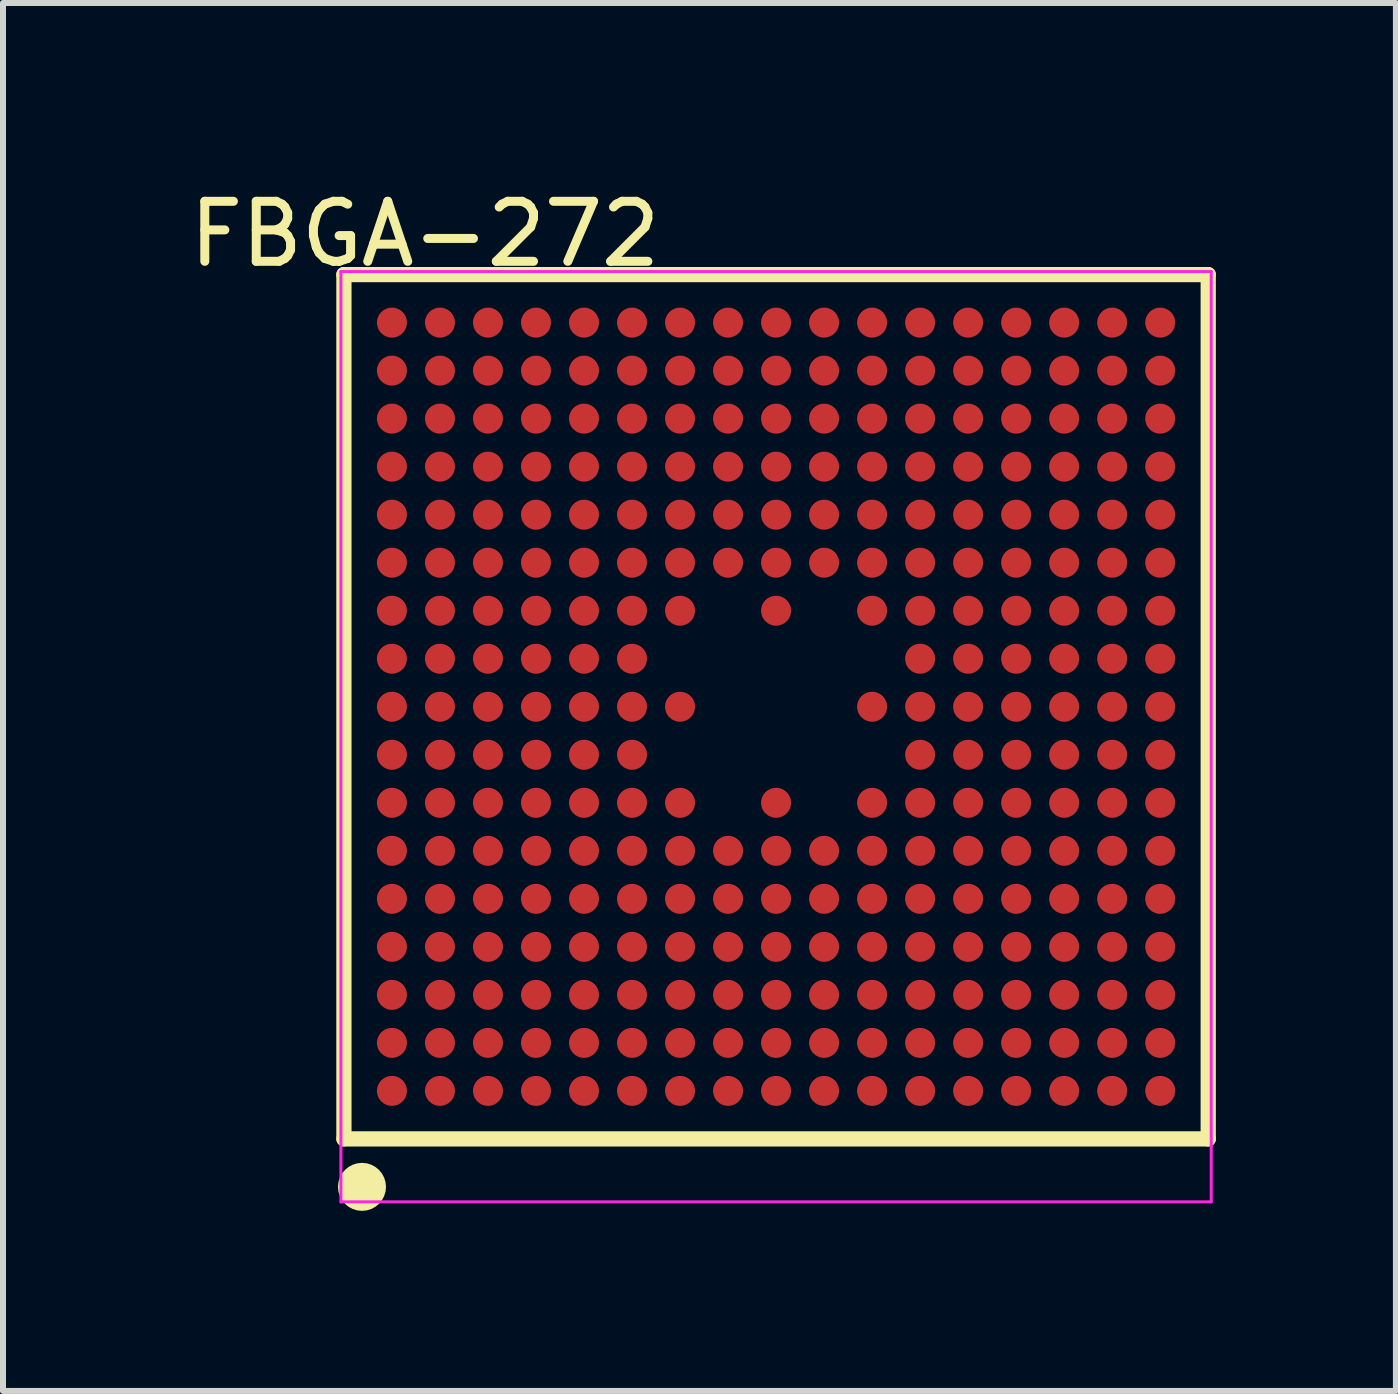
<source format=kicad_pcb>
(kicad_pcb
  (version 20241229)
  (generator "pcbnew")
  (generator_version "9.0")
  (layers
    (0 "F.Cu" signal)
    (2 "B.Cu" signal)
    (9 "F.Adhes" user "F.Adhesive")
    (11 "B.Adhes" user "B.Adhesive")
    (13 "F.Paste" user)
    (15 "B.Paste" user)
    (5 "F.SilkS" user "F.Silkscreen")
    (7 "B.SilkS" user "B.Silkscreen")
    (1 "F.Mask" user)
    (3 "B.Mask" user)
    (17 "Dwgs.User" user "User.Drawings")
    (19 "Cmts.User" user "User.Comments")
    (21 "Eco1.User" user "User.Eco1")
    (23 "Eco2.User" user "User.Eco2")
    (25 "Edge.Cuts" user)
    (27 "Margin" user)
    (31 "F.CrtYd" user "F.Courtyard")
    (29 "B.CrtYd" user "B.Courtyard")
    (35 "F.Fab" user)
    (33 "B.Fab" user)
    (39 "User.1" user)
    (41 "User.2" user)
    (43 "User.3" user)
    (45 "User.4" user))
  (footprint "FBGA-272"
    (layer "F.Cu")
    (at 9.88 8.725)
    (property "Reference" "FBGA-272" (at -5.851 -7.876 0) (layer "F.SilkS") (effects (font (size 1 1) (thickness 0.15))))
    (attr through_hole)
    (fp_line (start -7.2 -7.2) (end 7.2 -7.2) (stroke (width 0.254) (type solid)) (layer "F.SilkS"))
    (fp_line (start -7.2 7.199) (end -7.2 -7.2) (stroke (width 0.254) (type solid)) (layer "F.SilkS"))
    (fp_line (start -7.199 7.2) (end 7.2 7.2) (stroke (width 0.254) (type solid)) (layer "F.SilkS"))
    (fp_line (start 7.2 7.2) (end 7.2 -7.2) (stroke (width 0.254) (type solid)) (layer "F.SilkS"))
    (fp_circle (center -6.899 7.999) (end -6.699 7.999) (stroke (width 0.4) (type solid)) (fill no) (layer "F.SilkS"))
    (fp_line (start -7.25 -7.25) (end 7.25 -7.25) (stroke (width 0.05) (type solid)) (layer "F.CrtYd"))
    (fp_line (start -7.25 8.249) (end -7.25 -7.25) (stroke (width 0.05) (type solid)) (layer "F.CrtYd"))
    (fp_line (start 7.25 -7.25) (end 7.25 8.249) (stroke (width 0.05) (type solid)) (layer "F.CrtYd"))
    (fp_line (start 7.25 8.249) (end -7.25 8.249) (stroke (width 0.05) (type solid)) (layer "F.CrtYd"))
    (pad "A1" smd oval (at -6.4 6.4 90) (size 0.5 0.5) (layers "F.Cu" "F.Mask" "F.Paste"))
    (pad "A2" smd oval (at -6.4 5.6 90) (size 0.5 0.5) (layers "F.Cu" "F.Mask" "F.Paste"))
    (pad "A3" smd oval (at -6.4 4.8 90) (size 0.5 0.5) (layers "F.Cu" "F.Mask" "F.Paste"))
    (pad "A4" smd oval (at -6.4 4 90) (size 0.5 0.5) (layers "F.Cu" "F.Mask" "F.Paste"))
    (pad "A5" smd oval (at -6.4 3.2 90) (size 0.5 0.5) (layers "F.Cu" "F.Mask" "F.Paste"))
    (pad "A6" smd oval (at -6.4 2.4 90) (size 0.5 0.5) (layers "F.Cu" "F.Mask" "F.Paste"))
    (pad "A7" smd oval (at -6.4 1.6 90) (size 0.5 0.5) (layers "F.Cu" "F.Mask" "F.Paste"))
    (pad "A8" smd oval (at -6.4 0.8 90) (size 0.5 0.5) (layers "F.Cu" "F.Mask" "F.Paste"))
    (pad "A9" smd oval (at -6.4 0 90) (size 0.5 0.5) (layers "F.Cu" "F.Mask" "F.Paste"))
    (pad "A10" smd oval (at -6.4 -0.8 90) (size 0.5 0.5) (layers "F.Cu" "F.Mask" "F.Paste"))
    (pad "A11" smd oval (at -6.4 -1.6 90) (size 0.5 0.5) (layers "F.Cu" "F.Mask" "F.Paste"))
    (pad "A12" smd oval (at -6.4 -2.4 90) (size 0.5 0.5) (layers "F.Cu" "F.Mask" "F.Paste"))
    (pad "A13" smd oval (at -6.4 -3.2 90) (size 0.5 0.5) (layers "F.Cu" "F.Mask" "F.Paste"))
    (pad "A14" smd oval (at -6.4 -4 90) (size 0.5 0.5) (layers "F.Cu" "F.Mask" "F.Paste"))
    (pad "A15" smd oval (at -6.4 -4.8 90) (size 0.5 0.5) (layers "F.Cu" "F.Mask" "F.Paste"))
    (pad "A16" smd oval (at -6.4 -5.6 90) (size 0.5 0.5) (layers "F.Cu" "F.Mask" "F.Paste"))
    (pad "A17" smd oval (at -6.4 -6.4 90) (size 0.5 0.5) (layers "F.Cu" "F.Mask" "F.Paste"))
    (pad "B1" smd oval (at -5.6 6.4 90) (size 0.5 0.5) (layers "F.Cu" "F.Mask" "F.Paste"))
    (pad "B2" smd oval (at -5.6 5.6 90) (size 0.5 0.5) (layers "F.Cu" "F.Mask" "F.Paste"))
    (pad "B3" smd oval (at -5.6 4.8 90) (size 0.5 0.5) (layers "F.Cu" "F.Mask" "F.Paste"))
    (pad "B4" smd oval (at -5.6 4 90) (size 0.5 0.5) (layers "F.Cu" "F.Mask" "F.Paste"))
    (pad "B5" smd oval (at -5.6 3.2 90) (size 0.5 0.5) (layers "F.Cu" "F.Mask" "F.Paste"))
    (pad "B6" smd oval (at -5.6 2.4 90) (size 0.5 0.5) (layers "F.Cu" "F.Mask" "F.Paste"))
    (pad "B7" smd oval (at -5.6 1.6 90) (size 0.5 0.5) (layers "F.Cu" "F.Mask" "F.Paste"))
    (pad "B8" smd oval (at -5.6 0.8 90) (size 0.5 0.5) (layers "F.Cu" "F.Mask" "F.Paste"))
    (pad "B9" smd oval (at -5.6 0 90) (size 0.5 0.5) (layers "F.Cu" "F.Mask" "F.Paste"))
    (pad "B10" smd oval (at -5.6 -0.8 90) (size 0.5 0.5) (layers "F.Cu" "F.Mask" "F.Paste"))
    (pad "B11" smd oval (at -5.6 -1.6 90) (size 0.5 0.5) (layers "F.Cu" "F.Mask" "F.Paste"))
    (pad "B12" smd oval (at -5.6 -2.4 90) (size 0.5 0.5) (layers "F.Cu" "F.Mask" "F.Paste"))
    (pad "B13" smd oval (at -5.6 -3.2 90) (size 0.5 0.5) (layers "F.Cu" "F.Mask" "F.Paste"))
    (pad "B14" smd oval (at -5.6 -4 90) (size 0.5 0.5) (layers "F.Cu" "F.Mask" "F.Paste"))
    (pad "B15" smd oval (at -5.6 -4.8 90) (size 0.5 0.5) (layers "F.Cu" "F.Mask" "F.Paste"))
    (pad "B16" smd oval (at -5.6 -5.6 90) (size 0.5 0.5) (layers "F.Cu" "F.Mask" "F.Paste"))
    (pad "B17" smd oval (at -5.6 -6.4 90) (size 0.5 0.5) (layers "F.Cu" "F.Mask" "F.Paste"))
    (pad "C1" smd oval (at -4.8 6.4 90) (size 0.5 0.5) (layers "F.Cu" "F.Mask" "F.Paste"))
    (pad "C2" smd oval (at -4.8 5.6 90) (size 0.5 0.5) (layers "F.Cu" "F.Mask" "F.Paste"))
    (pad "C3" smd oval (at -4.8 4.8 90) (size 0.5 0.5) (layers "F.Cu" "F.Mask" "F.Paste"))
    (pad "C4" smd oval (at -4.8 4 90) (size 0.5 0.5) (layers "F.Cu" "F.Mask" "F.Paste"))
    (pad "C5" smd oval (at -4.8 3.2 90) (size 0.5 0.5) (layers "F.Cu" "F.Mask" "F.Paste"))
    (pad "C6" smd oval (at -4.8 2.4 90) (size 0.5 0.5) (layers "F.Cu" "F.Mask" "F.Paste"))
    (pad "C7" smd oval (at -4.8 1.6 90) (size 0.5 0.5) (layers "F.Cu" "F.Mask" "F.Paste"))
    (pad "C8" smd oval (at -4.8 0.8 90) (size 0.5 0.5) (layers "F.Cu" "F.Mask" "F.Paste"))
    (pad "C9" smd oval (at -4.8 0 90) (size 0.5 0.5) (layers "F.Cu" "F.Mask" "F.Paste"))
    (pad "C10" smd oval (at -4.8 -0.8 90) (size 0.5 0.5) (layers "F.Cu" "F.Mask" "F.Paste"))
    (pad "C11" smd oval (at -4.8 -1.6 90) (size 0.5 0.5) (layers "F.Cu" "F.Mask" "F.Paste"))
    (pad "C12" smd oval (at -4.8 -2.4 90) (size 0.5 0.5) (layers "F.Cu" "F.Mask" "F.Paste"))
    (pad "C13" smd oval (at -4.8 -3.2 90) (size 0.5 0.5) (layers "F.Cu" "F.Mask" "F.Paste"))
    (pad "C14" smd oval (at -4.8 -4 90) (size 0.5 0.5) (layers "F.Cu" "F.Mask" "F.Paste"))
    (pad "C15" smd oval (at -4.8 -4.8 90) (size 0.5 0.5) (layers "F.Cu" "F.Mask" "F.Paste"))
    (pad "C16" smd oval (at -4.8 -5.6 90) (size 0.5 0.5) (layers "F.Cu" "F.Mask" "F.Paste"))
    (pad "C17" smd oval (at -4.8 -6.4 90) (size 0.5 0.5) (layers "F.Cu" "F.Mask" "F.Paste"))
    (pad "D1" smd oval (at -4 6.4 90) (size 0.5 0.5) (layers "F.Cu" "F.Mask" "F.Paste"))
    (pad "D2" smd oval (at -4 5.6 90) (size 0.5 0.5) (layers "F.Cu" "F.Mask" "F.Paste"))
    (pad "D3" smd oval (at -4 4.8 90) (size 0.5 0.5) (layers "F.Cu" "F.Mask" "F.Paste"))
    (pad "D4" smd oval (at -4 4 90) (size 0.5 0.5) (layers "F.Cu" "F.Mask" "F.Paste"))
    (pad "D5" smd oval (at -4 3.2 90) (size 0.5 0.5) (layers "F.Cu" "F.Mask" "F.Paste"))
    (pad "D6" smd oval (at -4 2.4 90) (size 0.5 0.5) (layers "F.Cu" "F.Mask" "F.Paste"))
    (pad "D7" smd oval (at -4 1.6 90) (size 0.5 0.5) (layers "F.Cu" "F.Mask" "F.Paste"))
    (pad "D8" smd oval (at -4 0.8 90) (size 0.5 0.5) (layers "F.Cu" "F.Mask" "F.Paste"))
    (pad "D9" smd oval (at -4 0 90) (size 0.5 0.5) (layers "F.Cu" "F.Mask" "F.Paste"))
    (pad "D10" smd oval (at -4 -0.8 90) (size 0.5 0.5) (layers "F.Cu" "F.Mask" "F.Paste"))
    (pad "D11" smd oval (at -4 -1.6 90) (size 0.5 0.5) (layers "F.Cu" "F.Mask" "F.Paste"))
    (pad "D12" smd oval (at -4 -2.4 90) (size 0.5 0.5) (layers "F.Cu" "F.Mask" "F.Paste"))
    (pad "D13" smd oval (at -4 -3.2 90) (size 0.5 0.5) (layers "F.Cu" "F.Mask" "F.Paste"))
    (pad "D14" smd oval (at -4 -4 90) (size 0.5 0.5) (layers "F.Cu" "F.Mask" "F.Paste"))
    (pad "D15" smd oval (at -4 -4.8 90) (size 0.5 0.5) (layers "F.Cu" "F.Mask" "F.Paste"))
    (pad "D16" smd oval (at -4 -5.6 90) (size 0.5 0.5) (layers "F.Cu" "F.Mask" "F.Paste"))
    (pad "D17" smd oval (at -4 -6.4 90) (size 0.5 0.5) (layers "F.Cu" "F.Mask" "F.Paste"))
    (pad "E1" smd oval (at -3.2 6.4 90) (size 0.5 0.5) (layers "F.Cu" "F.Mask" "F.Paste"))
    (pad "E2" smd oval (at -3.2 5.6 90) (size 0.5 0.5) (layers "F.Cu" "F.Mask" "F.Paste"))
    (pad "E3" smd oval (at -3.2 4.8 90) (size 0.5 0.5) (layers "F.Cu" "F.Mask" "F.Paste"))
    (pad "E4" smd oval (at -3.2 4 90) (size 0.5 0.5) (layers "F.Cu" "F.Mask" "F.Paste"))
    (pad "E5" smd oval (at -3.2 3.2 90) (size 0.5 0.5) (layers "F.Cu" "F.Mask" "F.Paste"))
    (pad "E6" smd oval (at -3.2 2.4 90) (size 0.5 0.5) (layers "F.Cu" "F.Mask" "F.Paste"))
    (pad "E7" smd oval (at -3.2 1.6 90) (size 0.5 0.5) (layers "F.Cu" "F.Mask" "F.Paste"))
    (pad "E8" smd oval (at -3.2 0.8 90) (size 0.5 0.5) (layers "F.Cu" "F.Mask" "F.Paste"))
    (pad "E9" smd oval (at -3.2 0 90) (size 0.5 0.5) (layers "F.Cu" "F.Mask" "F.Paste"))
    (pad "E10" smd oval (at -3.2 -0.8 90) (size 0.5 0.5) (layers "F.Cu" "F.Mask" "F.Paste"))
    (pad "E11" smd oval (at -3.2 -1.6 90) (size 0.5 0.5) (layers "F.Cu" "F.Mask" "F.Paste"))
    (pad "E12" smd oval (at -3.2 -2.4 90) (size 0.5 0.5) (layers "F.Cu" "F.Mask" "F.Paste"))
    (pad "E13" smd oval (at -3.2 -3.2 90) (size 0.5 0.5) (layers "F.Cu" "F.Mask" "F.Paste"))
    (pad "E14" smd oval (at -3.2 -4 90) (size 0.5 0.5) (layers "F.Cu" "F.Mask" "F.Paste"))
    (pad "E15" smd oval (at -3.2 -4.8 90) (size 0.5 0.5) (layers "F.Cu" "F.Mask" "F.Paste"))
    (pad "E16" smd oval (at -3.2 -5.6 90) (size 0.5 0.5) (layers "F.Cu" "F.Mask" "F.Paste"))
    (pad "E17" smd oval (at -3.2 -6.4 90) (size 0.5 0.5) (layers "F.Cu" "F.Mask" "F.Paste"))
    (pad "F1" smd oval (at -2.4 6.4 90) (size 0.5 0.5) (layers "F.Cu" "F.Mask" "F.Paste"))
    (pad "F2" smd oval (at -2.4 5.6 90) (size 0.5 0.5) (layers "F.Cu" "F.Mask" "F.Paste"))
    (pad "F3" smd oval (at -2.4 4.8 90) (size 0.5 0.5) (layers "F.Cu" "F.Mask" "F.Paste"))
    (pad "F4" smd oval (at -2.4 4 90) (size 0.5 0.5) (layers "F.Cu" "F.Mask" "F.Paste"))
    (pad "F5" smd oval (at -2.4 3.2 90) (size 0.5 0.5) (layers "F.Cu" "F.Mask" "F.Paste"))
    (pad "F6" smd oval (at -2.4 2.4 90) (size 0.5 0.5) (layers "F.Cu" "F.Mask" "F.Paste"))
    (pad "F7" smd oval (at -2.4 1.6 90) (size 0.5 0.5) (layers "F.Cu" "F.Mask" "F.Paste"))
    (pad "F8" smd oval (at -2.4 0.8 90) (size 0.5 0.5) (layers "F.Cu" "F.Mask" "F.Paste"))
    (pad "F9" smd oval (at -2.4 0 90) (size 0.5 0.5) (layers "F.Cu" "F.Mask" "F.Paste"))
    (pad "F10" smd oval (at -2.4 -0.8 90) (size 0.5 0.5) (layers "F.Cu" "F.Mask" "F.Paste"))
    (pad "F11" smd oval (at -2.4 -1.6 90) (size 0.5 0.5) (layers "F.Cu" "F.Mask" "F.Paste"))
    (pad "F12" smd oval (at -2.4 -2.4 90) (size 0.5 0.5) (layers "F.Cu" "F.Mask" "F.Paste"))
    (pad "F13" smd oval (at -2.4 -3.2 90) (size 0.5 0.5) (layers "F.Cu" "F.Mask" "F.Paste"))
    (pad "F14" smd oval (at -2.4 -4 90) (size 0.5 0.5) (layers "F.Cu" "F.Mask" "F.Paste"))
    (pad "F15" smd oval (at -2.4 -4.8 90) (size 0.5 0.5) (layers "F.Cu" "F.Mask" "F.Paste"))
    (pad "F16" smd oval (at -2.4 -5.6 90) (size 0.5 0.5) (layers "F.Cu" "F.Mask" "F.Paste"))
    (pad "F17" smd oval (at -2.4 -6.4 90) (size 0.5 0.5) (layers "F.Cu" "F.Mask" "F.Paste"))
    (pad "G1" smd oval (at -1.6 6.4 90) (size 0.5 0.5) (layers "F.Cu" "F.Mask" "F.Paste"))
    (pad "G2" smd oval (at -1.6 5.6 90) (size 0.5 0.5) (layers "F.Cu" "F.Mask" "F.Paste"))
    (pad "G3" smd oval (at -1.6 4.8 90) (size 0.5 0.5) (layers "F.Cu" "F.Mask" "F.Paste"))
    (pad "G4" smd oval (at -1.6 4 90) (size 0.5 0.5) (layers "F.Cu" "F.Mask" "F.Paste"))
    (pad "G5" smd oval (at -1.6 3.2 90) (size 0.5 0.5) (layers "F.Cu" "F.Mask" "F.Paste"))
    (pad "G6" smd oval (at -1.6 2.4 90) (size 0.5 0.5) (layers "F.Cu" "F.Mask" "F.Paste"))
    (pad "G7" smd oval (at -1.6 1.6 90) (size 0.5 0.5) (layers "F.Cu" "F.Mask" "F.Paste"))
    (pad "G9" smd oval (at -1.6 0 90) (size 0.5 0.5) (layers "F.Cu" "F.Mask" "F.Paste"))
    (pad "G11" smd oval (at -1.6 -1.6 90) (size 0.5 0.5) (layers "F.Cu" "F.Mask" "F.Paste"))
    (pad "G12" smd oval (at -1.6 -2.4 90) (size 0.5 0.5) (layers "F.Cu" "F.Mask" "F.Paste"))
    (pad "G13" smd oval (at -1.6 -3.2 90) (size 0.5 0.5) (layers "F.Cu" "F.Mask" "F.Paste"))
    (pad "G14" smd oval (at -1.6 -4 90) (size 0.5 0.5) (layers "F.Cu" "F.Mask" "F.Paste"))
    (pad "G15" smd oval (at -1.6 -4.8 90) (size 0.5 0.5) (layers "F.Cu" "F.Mask" "F.Paste"))
    (pad "G16" smd oval (at -1.6 -5.6 90) (size 0.5 0.5) (layers "F.Cu" "F.Mask" "F.Paste"))
    (pad "G17" smd oval (at -1.6 -6.4 90) (size 0.5 0.5) (layers "F.Cu" "F.Mask" "F.Paste"))
    (pad "H1" smd oval (at -0.8 6.4 90) (size 0.5 0.5) (layers "F.Cu" "F.Mask" "F.Paste"))
    (pad "H2" smd oval (at -0.8 5.6 90) (size 0.5 0.5) (layers "F.Cu" "F.Mask" "F.Paste"))
    (pad "H3" smd oval (at -0.8 4.8 90) (size 0.5 0.5) (layers "F.Cu" "F.Mask" "F.Paste"))
    (pad "H4" smd oval (at -0.8 4 90) (size 0.5 0.5) (layers "F.Cu" "F.Mask" "F.Paste"))
    (pad "H5" smd oval (at -0.8 3.2 90) (size 0.5 0.5) (layers "F.Cu" "F.Mask" "F.Paste"))
    (pad "H6" smd oval (at -0.8 2.4 90) (size 0.5 0.5) (layers "F.Cu" "F.Mask" "F.Paste"))
    (pad "H12" smd oval (at -0.8 -2.4 90) (size 0.5 0.5) (layers "F.Cu" "F.Mask" "F.Paste"))
    (pad "H13" smd oval (at -0.8 -3.2 90) (size 0.5 0.5) (layers "F.Cu" "F.Mask" "F.Paste"))
    (pad "H14" smd oval (at -0.8 -4 90) (size 0.5 0.5) (layers "F.Cu" "F.Mask" "F.Paste"))
    (pad "H15" smd oval (at -0.8 -4.8 90) (size 0.5 0.5) (layers "F.Cu" "F.Mask" "F.Paste"))
    (pad "H16" smd oval (at -0.8 -5.6 90) (size 0.5 0.5) (layers "F.Cu" "F.Mask" "F.Paste"))
    (pad "H17" smd oval (at -0.8 -6.4 90) (size 0.5 0.5) (layers "F.Cu" "F.Mask" "F.Paste"))
    (pad "J1" smd oval (at 0 6.4 90) (size 0.5 0.5) (layers "F.Cu" "F.Mask" "F.Paste"))
    (pad "J2" smd oval (at 0 5.6 90) (size 0.5 0.5) (layers "F.Cu" "F.Mask" "F.Paste"))
    (pad "J3" smd oval (at 0 4.8 90) (size 0.5 0.5) (layers "F.Cu" "F.Mask" "F.Paste"))
    (pad "J4" smd oval (at 0 4 90) (size 0.5 0.5) (layers "F.Cu" "F.Mask" "F.Paste"))
    (pad "J5" smd oval (at 0 3.2 90) (size 0.5 0.5) (layers "F.Cu" "F.Mask" "F.Paste"))
    (pad "J6" smd oval (at 0 2.4 90) (size 0.5 0.5) (layers "F.Cu" "F.Mask" "F.Paste"))
    (pad "J7" smd oval (at 0 1.6 90) (size 0.5 0.5) (layers "F.Cu" "F.Mask" "F.Paste"))
    (pad "J11" smd oval (at 0 -1.6 90) (size 0.5 0.5) (layers "F.Cu" "F.Mask" "F.Paste"))
    (pad "J12" smd oval (at 0 -2.4 90) (size 0.5 0.5) (layers "F.Cu" "F.Mask" "F.Paste"))
    (pad "J13" smd oval (at 0 -3.2 90) (size 0.5 0.5) (layers "F.Cu" "F.Mask" "F.Paste"))
    (pad "J14" smd oval (at 0 -4 90) (size 0.5 0.5) (layers "F.Cu" "F.Mask" "F.Paste"))
    (pad "J15" smd oval (at 0 -4.8 90) (size 0.5 0.5) (layers "F.Cu" "F.Mask" "F.Paste"))
    (pad "J16" smd oval (at 0 -5.6 90) (size 0.5 0.5) (layers "F.Cu" "F.Mask" "F.Paste"))
    (pad "J17" smd oval (at 0 -6.4 90) (size 0.5 0.5) (layers "F.Cu" "F.Mask" "F.Paste"))
    (pad "K1" smd oval (at 0.8 6.4 90) (size 0.5 0.5) (layers "F.Cu" "F.Mask" "F.Paste"))
    (pad "K2" smd oval (at 0.8 5.6 90) (size 0.5 0.5) (layers "F.Cu" "F.Mask" "F.Paste"))
    (pad "K3" smd oval (at 0.8 4.8 90) (size 0.5 0.5) (layers "F.Cu" "F.Mask" "F.Paste"))
    (pad "K4" smd oval (at 0.8 4 90) (size 0.5 0.5) (layers "F.Cu" "F.Mask" "F.Paste"))
    (pad "K5" smd oval (at 0.8 3.2 90) (size 0.5 0.5) (layers "F.Cu" "F.Mask" "F.Paste"))
    (pad "K6" smd oval (at 0.8 2.4 90) (size 0.5 0.5) (layers "F.Cu" "F.Mask" "F.Paste"))
    (pad "K12" smd oval (at 0.8 -2.4 90) (size 0.5 0.5) (layers "F.Cu" "F.Mask" "F.Paste"))
    (pad "K13" smd oval (at 0.8 -3.2 90) (size 0.5 0.5) (layers "F.Cu" "F.Mask" "F.Paste"))
    (pad "K14" smd oval (at 0.8 -4 90) (size 0.5 0.5) (layers "F.Cu" "F.Mask" "F.Paste"))
    (pad "K15" smd oval (at 0.8 -4.8 90) (size 0.5 0.5) (layers "F.Cu" "F.Mask" "F.Paste"))
    (pad "K16" smd oval (at 0.8 -5.6 90) (size 0.5 0.5) (layers "F.Cu" "F.Mask" "F.Paste"))
    (pad "K17" smd oval (at 0.8 -6.4 90) (size 0.5 0.5) (layers "F.Cu" "F.Mask" "F.Paste"))
    (pad "L1" smd oval (at 1.6 6.4 90) (size 0.5 0.5) (layers "F.Cu" "F.Mask" "F.Paste"))
    (pad "L2" smd oval (at 1.6 5.6 90) (size 0.5 0.5) (layers "F.Cu" "F.Mask" "F.Paste"))
    (pad "L3" smd oval (at 1.6 4.8 90) (size 0.5 0.5) (layers "F.Cu" "F.Mask" "F.Paste"))
    (pad "L4" smd oval (at 1.6 4 90) (size 0.5 0.5) (layers "F.Cu" "F.Mask" "F.Paste"))
    (pad "L5" smd oval (at 1.6 3.2 90) (size 0.5 0.5) (layers "F.Cu" "F.Mask" "F.Paste"))
    (pad "L6" smd oval (at 1.6 2.4 90) (size 0.5 0.5) (layers "F.Cu" "F.Mask" "F.Paste"))
    (pad "L7" smd oval (at 1.6 1.6 90) (size 0.5 0.5) (layers "F.Cu" "F.Mask" "F.Paste"))
    (pad "L9" smd oval (at 1.6 0 90) (size 0.5 0.5) (layers "F.Cu" "F.Mask" "F.Paste"))
    (pad "L11" smd oval (at 1.6 -1.6 90) (size 0.5 0.5) (layers "F.Cu" "F.Mask" "F.Paste"))
    (pad "L12" smd oval (at 1.6 -2.4 90) (size 0.5 0.5) (layers "F.Cu" "F.Mask" "F.Paste"))
    (pad "L13" smd oval (at 1.6 -3.2 90) (size 0.5 0.5) (layers "F.Cu" "F.Mask" "F.Paste"))
    (pad "L14" smd oval (at 1.6 -4 90) (size 0.5 0.5) (layers "F.Cu" "F.Mask" "F.Paste"))
    (pad "L15" smd oval (at 1.6 -4.8 90) (size 0.5 0.5) (layers "F.Cu" "F.Mask" "F.Paste"))
    (pad "L16" smd oval (at 1.6 -5.6 90) (size 0.5 0.5) (layers "F.Cu" "F.Mask" "F.Paste"))
    (pad "L17" smd oval (at 1.6 -6.4 90) (size 0.5 0.5) (layers "F.Cu" "F.Mask" "F.Paste"))
    (pad "M1" smd oval (at 2.4 6.4 90) (size 0.5 0.5) (layers "F.Cu" "F.Mask" "F.Paste"))
    (pad "M2" smd oval (at 2.4 5.6 90) (size 0.5 0.5) (layers "F.Cu" "F.Mask" "F.Paste"))
    (pad "M3" smd oval (at 2.4 4.8 90) (size 0.5 0.5) (layers "F.Cu" "F.Mask" "F.Paste"))
    (pad "M4" smd oval (at 2.4 4 90) (size 0.5 0.5) (layers "F.Cu" "F.Mask" "F.Paste"))
    (pad "M5" smd oval (at 2.4 3.2 90) (size 0.5 0.5) (layers "F.Cu" "F.Mask" "F.Paste"))
    (pad "M6" smd oval (at 2.4 2.4 90) (size 0.5 0.5) (layers "F.Cu" "F.Mask" "F.Paste"))
    (pad "M7" smd oval (at 2.4 1.6 90) (size 0.5 0.5) (layers "F.Cu" "F.Mask" "F.Paste"))
    (pad "M8" smd oval (at 2.4 0.8 90) (size 0.5 0.5) (layers "F.Cu" "F.Mask" "F.Paste"))
    (pad "M9" smd oval (at 2.4 0 90) (size 0.5 0.5) (layers "F.Cu" "F.Mask" "F.Paste"))
    (pad "M10" smd oval (at 2.4 -0.8 90) (size 0.5 0.5) (layers "F.Cu" "F.Mask" "F.Paste"))
    (pad "M11" smd oval (at 2.4 -1.6 90) (size 0.5 0.5) (layers "F.Cu" "F.Mask" "F.Paste"))
    (pad "M12" smd oval (at 2.4 -2.4 90) (size 0.5 0.5) (layers "F.Cu" "F.Mask" "F.Paste"))
    (pad "M13" smd oval (at 2.4 -3.2 90) (size 0.5 0.5) (layers "F.Cu" "F.Mask" "F.Paste"))
    (pad "M14" smd oval (at 2.4 -4 90) (size 0.5 0.5) (layers "F.Cu" "F.Mask" "F.Paste"))
    (pad "M15" smd oval (at 2.4 -4.8 90) (size 0.5 0.5) (layers "F.Cu" "F.Mask" "F.Paste"))
    (pad "M16" smd oval (at 2.4 -5.6 90) (size 0.5 0.5) (layers "F.Cu" "F.Mask" "F.Paste"))
    (pad "M17" smd oval (at 2.4 -6.4 90) (size 0.5 0.5) (layers "F.Cu" "F.Mask" "F.Paste"))
    (pad "N1" smd oval (at 3.2 6.4 90) (size 0.5 0.5) (layers "F.Cu" "F.Mask" "F.Paste"))
    (pad "N2" smd oval (at 3.2 5.6 90) (size 0.5 0.5) (layers "F.Cu" "F.Mask" "F.Paste"))
    (pad "N3" smd oval (at 3.2 4.8 90) (size 0.5 0.5) (layers "F.Cu" "F.Mask" "F.Paste"))
    (pad "N4" smd oval (at 3.2 4 90) (size 0.5 0.5) (layers "F.Cu" "F.Mask" "F.Paste"))
    (pad "N5" smd oval (at 3.2 3.2 90) (size 0.5 0.5) (layers "F.Cu" "F.Mask" "F.Paste"))
    (pad "N6" smd oval (at 3.2 2.4 90) (size 0.5 0.5) (layers "F.Cu" "F.Mask" "F.Paste"))
    (pad "N7" smd oval (at 3.2 1.6 90) (size 0.5 0.5) (layers "F.Cu" "F.Mask" "F.Paste"))
    (pad "N8" smd oval (at 3.2 0.8 90) (size 0.5 0.5) (layers "F.Cu" "F.Mask" "F.Paste"))
    (pad "N9" smd oval (at 3.2 0 90) (size 0.5 0.5) (layers "F.Cu" "F.Mask" "F.Paste"))
    (pad "N10" smd oval (at 3.2 -0.8 90) (size 0.5 0.5) (layers "F.Cu" "F.Mask" "F.Paste"))
    (pad "N11" smd oval (at 3.2 -1.6 90) (size 0.5 0.5) (layers "F.Cu" "F.Mask" "F.Paste"))
    (pad "N12" smd oval (at 3.2 -2.4 90) (size 0.5 0.5) (layers "F.Cu" "F.Mask" "F.Paste"))
    (pad "N13" smd oval (at 3.2 -3.2 90) (size 0.5 0.5) (layers "F.Cu" "F.Mask" "F.Paste"))
    (pad "N14" smd oval (at 3.2 -4 90) (size 0.5 0.5) (layers "F.Cu" "F.Mask" "F.Paste"))
    (pad "N15" smd oval (at 3.2 -4.8 90) (size 0.5 0.5) (layers "F.Cu" "F.Mask" "F.Paste"))
    (pad "N16" smd oval (at 3.2 -5.6 90) (size 0.5 0.5) (layers "F.Cu" "F.Mask" "F.Paste"))
    (pad "N17" smd oval (at 3.2 -6.4 90) (size 0.5 0.5) (layers "F.Cu" "F.Mask" "F.Paste"))
    (pad "P1" smd oval (at 4 6.4 90) (size 0.5 0.5) (layers "F.Cu" "F.Mask" "F.Paste"))
    (pad "P2" smd oval (at 4 5.6 90) (size 0.5 0.5) (layers "F.Cu" "F.Mask" "F.Paste"))
    (pad "P3" smd oval (at 4 4.8 90) (size 0.5 0.5) (layers "F.Cu" "F.Mask" "F.Paste"))
    (pad "P4" smd oval (at 4 4 90) (size 0.5 0.5) (layers "F.Cu" "F.Mask" "F.Paste"))
    (pad "P5" smd oval (at 4 3.2 90) (size 0.5 0.5) (layers "F.Cu" "F.Mask" "F.Paste"))
    (pad "P6" smd oval (at 4 2.4 90) (size 0.5 0.5) (layers "F.Cu" "F.Mask" "F.Paste"))
    (pad "P7" smd oval (at 4 1.6 90) (size 0.5 0.5) (layers "F.Cu" "F.Mask" "F.Paste"))
    (pad "P8" smd oval (at 4 0.8 90) (size 0.5 0.5) (layers "F.Cu" "F.Mask" "F.Paste"))
    (pad "P9" smd oval (at 4 0 90) (size 0.5 0.5) (layers "F.Cu" "F.Mask" "F.Paste"))
    (pad "P10" smd oval (at 4 -0.8 90) (size 0.5 0.5) (layers "F.Cu" "F.Mask" "F.Paste"))
    (pad "P11" smd oval (at 4 -1.6 90) (size 0.5 0.5) (layers "F.Cu" "F.Mask" "F.Paste"))
    (pad "P12" smd oval (at 4 -2.4 90) (size 0.5 0.5) (layers "F.Cu" "F.Mask" "F.Paste"))
    (pad "P13" smd oval (at 4 -3.2 90) (size 0.5 0.5) (layers "F.Cu" "F.Mask" "F.Paste"))
    (pad "P14" smd oval (at 4 -4 90) (size 0.5 0.5) (layers "F.Cu" "F.Mask" "F.Paste"))
    (pad "P15" smd oval (at 4 -4.8 90) (size 0.5 0.5) (layers "F.Cu" "F.Mask" "F.Paste"))
    (pad "P16" smd oval (at 4 -5.6 90) (size 0.5 0.5) (layers "F.Cu" "F.Mask" "F.Paste"))
    (pad "P17" smd oval (at 4 -6.4 90) (size 0.5 0.5) (layers "F.Cu" "F.Mask" "F.Paste"))
    (pad "R1" smd oval (at 4.8 6.4 90) (size 0.5 0.5) (layers "F.Cu" "F.Mask" "F.Paste"))
    (pad "R2" smd oval (at 4.8 5.6 90) (size 0.5 0.5) (layers "F.Cu" "F.Mask" "F.Paste"))
    (pad "R3" smd oval (at 4.8 4.8 90) (size 0.5 0.5) (layers "F.Cu" "F.Mask" "F.Paste"))
    (pad "R4" smd oval (at 4.8 4 90) (size 0.5 0.5) (layers "F.Cu" "F.Mask" "F.Paste"))
    (pad "R5" smd oval (at 4.8 3.2 90) (size 0.5 0.5) (layers "F.Cu" "F.Mask" "F.Paste"))
    (pad "R6" smd oval (at 4.8 2.4 90) (size 0.5 0.5) (layers "F.Cu" "F.Mask" "F.Paste"))
    (pad "R7" smd oval (at 4.8 1.6 90) (size 0.5 0.5) (layers "F.Cu" "F.Mask" "F.Paste"))
    (pad "R8" smd oval (at 4.8 0.8 90) (size 0.5 0.5) (layers "F.Cu" "F.Mask" "F.Paste"))
    (pad "R9" smd oval (at 4.8 0 90) (size 0.5 0.5) (layers "F.Cu" "F.Mask" "F.Paste"))
    (pad "R10" smd oval (at 4.8 -0.8 90) (size 0.5 0.5) (layers "F.Cu" "F.Mask" "F.Paste"))
    (pad "R11" smd oval (at 4.8 -1.6 90) (size 0.5 0.5) (layers "F.Cu" "F.Mask" "F.Paste"))
    (pad "R12" smd oval (at 4.8 -2.4 90) (size 0.5 0.5) (layers "F.Cu" "F.Mask" "F.Paste"))
    (pad "R13" smd oval (at 4.8 -3.2 90) (size 0.5 0.5) (layers "F.Cu" "F.Mask" "F.Paste"))
    (pad "R14" smd oval (at 4.8 -4 90) (size 0.5 0.5) (layers "F.Cu" "F.Mask" "F.Paste"))
    (pad "R15" smd oval (at 4.8 -4.8 90) (size 0.5 0.5) (layers "F.Cu" "F.Mask" "F.Paste"))
    (pad "R16" smd oval (at 4.8 -5.6 90) (size 0.5 0.5) (layers "F.Cu" "F.Mask" "F.Paste"))
    (pad "R17" smd oval (at 4.8 -6.4 90) (size 0.5 0.5) (layers "F.Cu" "F.Mask" "F.Paste"))
    (pad "T1" smd oval (at 5.6 6.4 90) (size 0.5 0.5) (layers "F.Cu" "F.Mask" "F.Paste"))
    (pad "T2" smd oval (at 5.6 5.6 90) (size 0.5 0.5) (layers "F.Cu" "F.Mask" "F.Paste"))
    (pad "T3" smd oval (at 5.6 4.8 90) (size 0.5 0.5) (layers "F.Cu" "F.Mask" "F.Paste"))
    (pad "T4" smd oval (at 5.6 4 90) (size 0.5 0.5) (layers "F.Cu" "F.Mask" "F.Paste"))
    (pad "T5" smd oval (at 5.6 3.2 90) (size 0.5 0.5) (layers "F.Cu" "F.Mask" "F.Paste"))
    (pad "T6" smd oval (at 5.6 2.4 90) (size 0.5 0.5) (layers "F.Cu" "F.Mask" "F.Paste"))
    (pad "T7" smd oval (at 5.6 1.6 90) (size 0.5 0.5) (layers "F.Cu" "F.Mask" "F.Paste"))
    (pad "T8" smd oval (at 5.6 0.8 90) (size 0.5 0.5) (layers "F.Cu" "F.Mask" "F.Paste"))
    (pad "T9" smd oval (at 5.6 0 90) (size 0.5 0.5) (layers "F.Cu" "F.Mask" "F.Paste"))
    (pad "T10" smd oval (at 5.6 -0.8 90) (size 0.5 0.5) (layers "F.Cu" "F.Mask" "F.Paste"))
    (pad "T11" smd oval (at 5.6 -1.6 90) (size 0.5 0.5) (layers "F.Cu" "F.Mask" "F.Paste"))
    (pad "T12" smd oval (at 5.6 -2.4 90) (size 0.5 0.5) (layers "F.Cu" "F.Mask" "F.Paste"))
    (pad "T13" smd oval (at 5.6 -3.2 90) (size 0.5 0.5) (layers "F.Cu" "F.Mask" "F.Paste"))
    (pad "T14" smd oval (at 5.6 -4 90) (size 0.5 0.5) (layers "F.Cu" "F.Mask" "F.Paste"))
    (pad "T15" smd oval (at 5.6 -4.8 90) (size 0.5 0.5) (layers "F.Cu" "F.Mask" "F.Paste"))
    (pad "T16" smd oval (at 5.6 -5.6 90) (size 0.5 0.5) (layers "F.Cu" "F.Mask" "F.Paste"))
    (pad "T17" smd oval (at 5.6 -6.4 90) (size 0.5 0.5) (layers "F.Cu" "F.Mask" "F.Paste"))
    (pad "U1" smd oval (at 6.4 6.4 90) (size 0.5 0.5) (layers "F.Cu" "F.Mask" "F.Paste"))
    (pad "U2" smd oval (at 6.4 5.6 90) (size 0.5 0.5) (layers "F.Cu" "F.Mask" "F.Paste"))
    (pad "U3" smd oval (at 6.4 4.8 90) (size 0.5 0.5) (layers "F.Cu" "F.Mask" "F.Paste"))
    (pad "U4" smd oval (at 6.4 4 90) (size 0.5 0.5) (layers "F.Cu" "F.Mask" "F.Paste"))
    (pad "U5" smd oval (at 6.4 3.2 90) (size 0.5 0.5) (layers "F.Cu" "F.Mask" "F.Paste"))
    (pad "U6" smd oval (at 6.4 2.4 90) (size 0.5 0.5) (layers "F.Cu" "F.Mask" "F.Paste"))
    (pad "U7" smd oval (at 6.4 1.6 90) (size 0.5 0.5) (layers "F.Cu" "F.Mask" "F.Paste"))
    (pad "U8" smd oval (at 6.4 0.8 90) (size 0.5 0.5) (layers "F.Cu" "F.Mask" "F.Paste"))
    (pad "U9" smd oval (at 6.4 0 90) (size 0.5 0.5) (layers "F.Cu" "F.Mask" "F.Paste"))
    (pad "U10" smd oval (at 6.4 -0.8 90) (size 0.5 0.5) (layers "F.Cu" "F.Mask" "F.Paste"))
    (pad "U11" smd oval (at 6.4 -1.6 90) (size 0.5 0.5) (layers "F.Cu" "F.Mask" "F.Paste"))
    (pad "U12" smd oval (at 6.4 -2.4 90) (size 0.5 0.5) (layers "F.Cu" "F.Mask" "F.Paste"))
    (pad "U13" smd oval (at 6.4 -3.2 90) (size 0.5 0.5) (layers "F.Cu" "F.Mask" "F.Paste"))
    (pad "U14" smd oval (at 6.4 -4 90) (size 0.5 0.5) (layers "F.Cu" "F.Mask" "F.Paste"))
    (pad "U15" smd oval (at 6.4 -4.8 90) (size 0.5 0.5) (layers "F.Cu" "F.Mask" "F.Paste"))
    (pad "U16" smd oval (at 6.4 -5.6 90) (size 0.5 0.5) (layers "F.Cu" "F.Mask" "F.Paste"))
    (pad "U17" smd oval (at 6.4 -6.4 90) (size 0.5 0.5) (layers "F.Cu" "F.Mask" "F.Paste")))
  (gr_rect
    (start -3 -3)
    (end 20.207 20.124)
    (stroke (width 0.1) (type default))
    (fill no)
    (layer "Edge.Cuts")))
</source>
